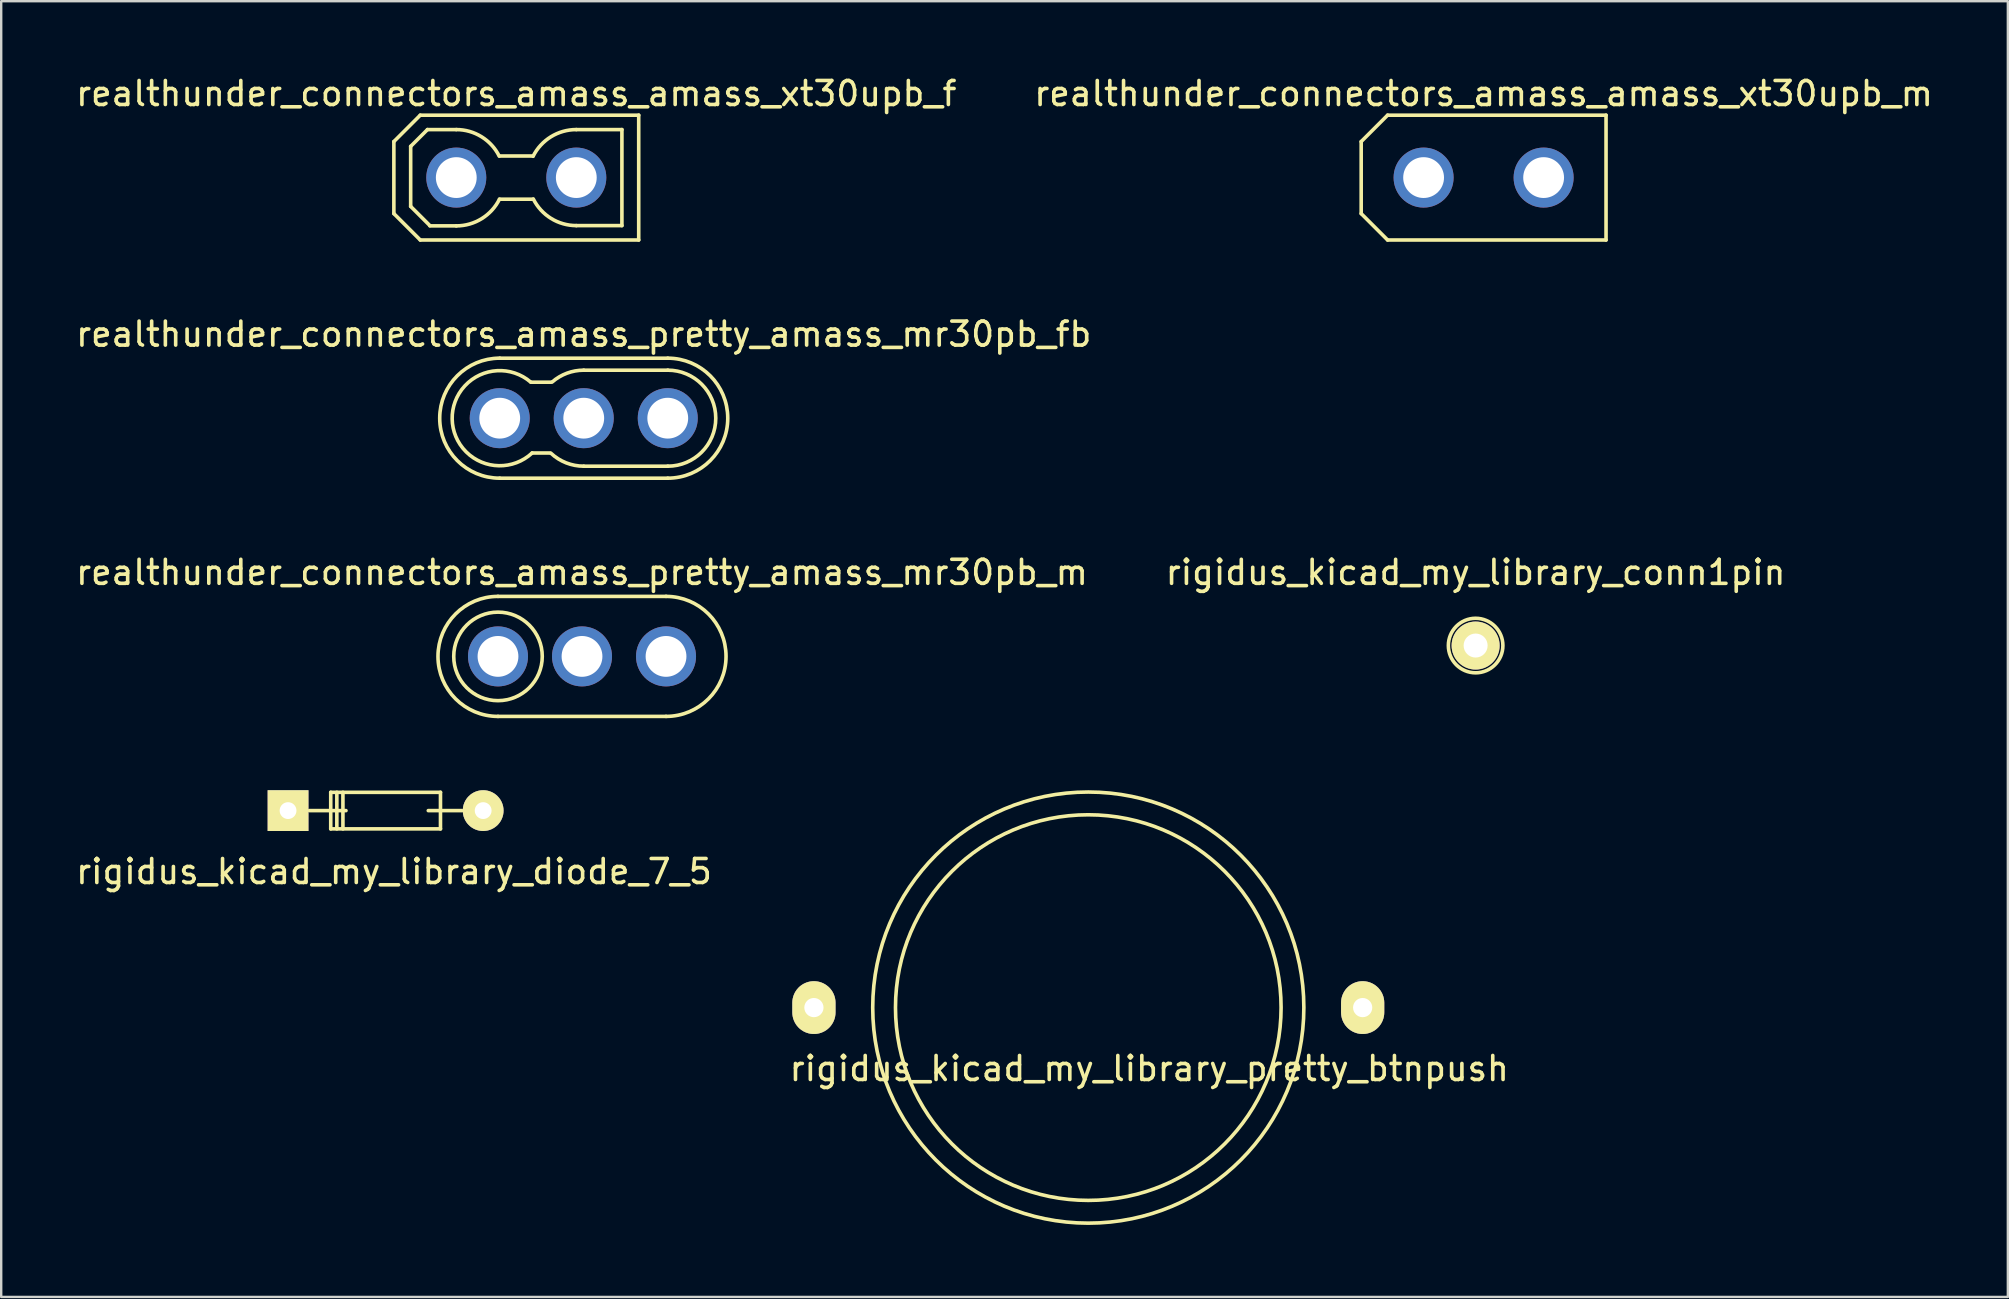
<source format=kicad_pcb>
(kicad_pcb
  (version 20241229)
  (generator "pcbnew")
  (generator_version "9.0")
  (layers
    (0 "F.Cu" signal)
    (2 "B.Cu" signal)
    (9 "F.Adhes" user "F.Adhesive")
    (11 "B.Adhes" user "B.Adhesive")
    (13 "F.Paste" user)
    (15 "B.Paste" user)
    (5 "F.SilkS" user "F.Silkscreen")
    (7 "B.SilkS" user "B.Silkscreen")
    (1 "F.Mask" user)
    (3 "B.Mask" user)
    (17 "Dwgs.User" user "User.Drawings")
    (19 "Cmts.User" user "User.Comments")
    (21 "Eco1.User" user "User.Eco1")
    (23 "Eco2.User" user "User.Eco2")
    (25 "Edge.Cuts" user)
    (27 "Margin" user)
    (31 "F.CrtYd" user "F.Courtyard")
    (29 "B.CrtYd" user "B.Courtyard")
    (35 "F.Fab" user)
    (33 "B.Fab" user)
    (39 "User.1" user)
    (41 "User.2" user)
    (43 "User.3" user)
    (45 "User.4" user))
  (footprint "realthunder_connectors_amass_pretty_amass_mr30pb_fb"
    (layer "F.Cu")
    (at 21.268 14.371)
    (property "Reference" "realthunder_connectors_amass_pretty_amass_mr30pb_fb" (at 0 -3.5 0) (layer "F.SilkS") (effects (font (size 1 1) (thickness 0.15))))
    (attr through_hole)
    (fp_line (start -3.5 -2.5) (end 3.5 -2.5) (stroke (width 0.15) (type solid)) (layer "F.SilkS"))
    (fp_line (start -3.5 2.5) (end 3.5 2.5) (stroke (width 0.15) (type solid)) (layer "F.SilkS"))
    (fp_line (start -2.2 -1.5) (end -1.35 -1.5) (stroke (width 0.15) (type solid)) (layer "F.SilkS"))
    (fp_line (start -2.15 1.45) (end -1.4 1.45) (stroke (width 0.15) (type solid)) (layer "F.SilkS"))
    (fp_line (start 0 -2) (end 3.5 -2) (stroke (width 0.15) (type solid)) (layer "F.SilkS"))
    (fp_line (start 0 2) (end 3.5 2) (stroke (width 0.15) (type solid)) (layer "F.SilkS"))
    (fp_arc (start -3.5 2.5) (mid -6 0) (end -3.5 -2.5) (stroke (width 0.15) (type solid)) (layer "F.SilkS"))
    (fp_arc (start -2.15 1.45) (mid -5.480799 0.037878) (end -2.206422 -1.500552) (stroke (width 0.15) (type solid)) (layer "F.SilkS"))
    (fp_arc (start -1.309861 -1.511378) (mid -0.699015 -1.873867) (end 0 -2) (stroke (width 0.15) (type solid)) (layer "F.SilkS"))
    (fp_arc (start 0 2) (mid -0.732265 1.861125) (end -1.362837 1.463788) (stroke (width 0.15) (type solid)) (layer "F.SilkS"))
    (fp_arc (start 3.5 -2.5) (mid 6 0) (end 3.5 2.5) (stroke (width 0.15) (type solid)) (layer "F.SilkS"))
    (fp_arc (start 3.5 -2) (mid 5.5 0) (end 3.5 2) (stroke (width 0.15) (type solid)) (layer "F.SilkS"))
    (pad "1" thru_hole circle (at -3.5 0) (size 2.5 2.5) (drill 1.7) (layers "*.Cu" "*.Mask"))
    (pad "2" thru_hole circle (at 0 0) (size 2.5 2.5) (drill 1.7) (layers "*.Cu" "*.Mask"))
    (pad "3" thru_hole circle (at 3.5 0) (size 2.5 2.5) (drill 1.7) (layers "*.Cu" "*.Mask")))
  (footprint "rigidus_kicad_my_library_pretty_btnpush"
    (layer "F.Cu")
    (at 42.287 38.925)
    (property "Reference" "rigidus_kicad_my_library_pretty_btnpush" (at 2.54 2.54 0) (layer "F.SilkS") (effects (font (size 1 1) (thickness 0.15))))
    (attr through_hole)
    (fp_circle (center 0 0) (end 7.62 2.54) (stroke (width 0.15) (type solid)) (fill no) (layer "F.SilkS"))
    (fp_circle (center 0 0) (end 7.874 4.318) (stroke (width 0.15) (type solid)) (fill no) (layer "F.SilkS"))
    (pad "1" thru_hole oval (at -11.43 0) (size 1.8 2.2) (drill 0.8) (layers "*.Cu" "*.Mask" "F.SilkS"))
    (pad "2" thru_hole oval (at 11.43 0) (size 1.8 2.2) (drill 0.8) (layers "*.Cu" "*.Mask" "F.SilkS")))
  (footprint "realthunder_connectors_amass_pretty_amass_mr30pb_m"
    (layer "F.Cu")
    (at 21.196 24.295)
    (property "Reference" "realthunder_connectors_amass_pretty_amass_mr30pb_m" (at 0 -3.5 0) (layer "F.SilkS") (effects (font (size 1 1) (thickness 0.15))))
    (attr through_hole)
    (fp_line (start -3.5 -2.5) (end 3.5 -2.5) (stroke (width 0.15) (type solid)) (layer "F.SilkS"))
    (fp_line (start -3.5 2.5) (end 3.5 2.5) (stroke (width 0.15) (type solid)) (layer "F.SilkS"))
    (fp_arc (start -3.5 2.5) (mid -6 0) (end -3.5 -2.5) (stroke (width 0.15) (type solid)) (layer "F.SilkS"))
    (fp_arc (start 3.5 -2.5) (mid 6 0) (end 3.5 2.5) (stroke (width 0.15) (type solid)) (layer "F.SilkS"))
    (fp_circle (center -3.5 0) (end -3.1 1.8) (stroke (width 0.15) (type solid)) (fill no) (layer "F.SilkS"))
    (pad "1" thru_hole circle (at -3.5 0) (size 2.5 2.5) (drill 1.7) (layers "*.Cu" "*.Mask"))
    (pad "2" thru_hole circle (at 0 0) (size 2.5 2.5) (drill 1.7) (layers "*.Cu" "*.Mask"))
    (pad "3" thru_hole circle (at 3.5 0) (size 2.5 2.5) (drill 1.7) (layers "*.Cu" "*.Mask")))
  (footprint "realthunder_connectors_amass_amass_xt30upb_f"
    (layer "F.Cu")
    (at 18.458 4.348)
    (property "Reference" "realthunder_connectors_amass_amass_xt30upb_f" (at 0 -3.5 0) (layer "F.SilkS") (effects (font (size 1 1) (thickness 0.15))))
    (attr through_hole)
    (fp_line (start -5.1 -1.5) (end -5.1 1.5) (stroke (width 0.15) (type solid)) (layer "F.SilkS"))
    (fp_line (start -5.1 1.5) (end -4 2.6) (stroke (width 0.15) (type solid)) (layer "F.SilkS"))
    (fp_line (start -4.4 -1.3) (end -4.4 1.2) (stroke (width 0.15) (type solid)) (layer "F.SilkS"))
    (fp_line (start -4.4 -1.3) (end -3.7 -2) (stroke (width 0.15) (type solid)) (layer "F.SilkS"))
    (fp_line (start -4.4 1.2) (end -3.6 2) (stroke (width 0.15) (type solid)) (layer "F.SilkS"))
    (fp_line (start -4 -2.6) (end -5.1 -1.5) (stroke (width 0.15) (type solid)) (layer "F.SilkS"))
    (fp_line (start -4 -2.6) (end 5.1 -2.6) (stroke (width 0.15) (type solid)) (layer "F.SilkS"))
    (fp_line (start -4 2.6) (end 5.1 2.6) (stroke (width 0.15) (type solid)) (layer "F.SilkS"))
    (fp_line (start -3.7 -2) (end -2.5 -2) (stroke (width 0.15) (type solid)) (layer "F.SilkS"))
    (fp_line (start -3.6 2.012) (end -2.5 2.012) (stroke (width 0.15) (type solid)) (layer "F.SilkS"))
    (fp_line (start -0.7 -0.9) (end 0.7 -0.9) (stroke (width 0.15) (type solid)) (layer "F.SilkS"))
    (fp_line (start 0.7 0.9) (end -0.7 0.9) (stroke (width 0.15) (type solid)) (layer "F.SilkS"))
    (fp_line (start 2.5 -2) (end 4.4 -2) (stroke (width 0.15) (type solid)) (layer "F.SilkS"))
    (fp_line (start 4.4 -2) (end 4.4 2) (stroke (width 0.15) (type solid)) (layer "F.SilkS"))
    (fp_line (start 4.4 2) (end 2.5 2) (stroke (width 0.15) (type solid)) (layer "F.SilkS"))
    (fp_line (start 5.1 -2.6) (end 5.1 2.6) (stroke (width 0.15) (type solid)) (layer "F.SilkS"))
    (fp_arc (start -2.5 -2) (mid -1.448538 -1.701302) (end -0.711146 -0.894427) (stroke (width 0.15) (type solid)) (layer "F.SilkS"))
    (fp_arc (start -0.7 0.9) (mid -1.441987 1.711902) (end -2.5 2.012461) (stroke (width 0.15) (type solid)) (layer "F.SilkS"))
    (fp_arc (start 0.7 -0.887539) (mid 1.441987 -1.699441) (end 2.5 -2) (stroke (width 0.15) (type solid)) (layer "F.SilkS"))
    (fp_arc (start 2.5 2) (mid 1.448538 1.701302) (end 0.711146 0.894427) (stroke (width 0.15) (type solid)) (layer "F.SilkS"))
    (pad "1" thru_hole circle (at -2.5 0) (size 2.5 2.5) (drill 1.7) (layers "*.Cu" "*.Mask"))
    (pad "2" thru_hole circle (at 2.5 0) (size 2.5 2.5) (drill 1.7) (layers "*.Cu" "*.Mask")))
  (footprint "rigidus_kicad_my_library_conn1pin"
    (layer "F.Cu")
    (at 58.423 23.843)
    (property "Reference" "rigidus_kicad_my_library_conn1pin" (at 0 -3.048 0) (layer "F.SilkS") (effects (font (size 1 1) (thickness 0.15))))
    (attr through_hole)
    (fp_circle (center 0 0) (end 1.016 0.508) (stroke (width 0.15) (type solid)) (fill no) (layer "F.SilkS"))
    (pad "1" thru_hole circle (at 0 0) (size 2 2) (drill 1) (layers "*.Cu" "*.Mask" "F.SilkS")))
  (footprint "rigidus_kicad_my_library_diode_7_5"
    (layer "F.Cu")
    (at 7.933 30.722)
    (property "Reference" "rigidus_kicad_my_library_diode_7_5" (at 5.431 2.537 0) (layer "F.SilkS") (effects (font (size 1 1) (thickness 0.15))))
    (attr through_hole)
    (fp_line (start 2.795 -0.765) (end 2.795 -0.003) (stroke (width 0.15) (type solid)) (layer "F.SilkS"))
    (fp_line (start 2.795 -0.003) (end 2.795 0.759) (stroke (width 0.15) (type solid)) (layer "F.SilkS"))
    (fp_line (start 2.795 0.759) (end 7.367 0.759) (stroke (width 0.15) (type solid)) (layer "F.SilkS"))
    (fp_line (start 3.049 -0.765) (end 3.049 0.759) (stroke (width 0.15) (type solid)) (layer "F.SilkS"))
    (fp_line (start 3.303 -0.765) (end 3.303 0.759) (stroke (width 0.15) (type solid)) (layer "F.SilkS"))
    (fp_line (start 3.43 -0.003) (end 1.906 -0.003) (stroke (width 0.15) (type solid)) (layer "F.SilkS"))
    (fp_line (start 6.859 -0.003) (end 8.256 -0.003) (stroke (width 0.15) (type solid)) (layer "F.SilkS"))
    (fp_line (start 7.367 -0.765) (end 2.795 -0.765) (stroke (width 0.15) (type solid)) (layer "F.SilkS"))
    (fp_line (start 7.367 0.759) (end 7.367 -0.765) (stroke (width 0.15) (type solid)) (layer "F.SilkS"))
    (pad "1" thru_hole rect (at 1.017 -0.003 180) (size 1.699 1.699) (drill 0.701) (layers "*.Cu" "*.Mask" "F.SilkS"))
    (pad "2" thru_hole circle (at 9.145 -0.003 180) (size 1.699 1.699) (drill 0.701) (layers "*.Cu" "*.Mask" "F.SilkS")))
  (footprint "realthunder_connectors_amass_amass_xt30upb_m"
    (layer "F.Cu")
    (at 58.756 4.348)
    (property "Reference" "realthunder_connectors_amass_amass_xt30upb_m" (at 0 -3.5 0) (layer "F.SilkS") (effects (font (size 1 1) (thickness 0.15))))
    (attr through_hole)
    (fp_line (start -5.1 -1.5) (end -5.1 1.5) (stroke (width 0.15) (type solid)) (layer "F.SilkS"))
    (fp_line (start -5.1 1.5) (end -4 2.6) (stroke (width 0.15) (type solid)) (layer "F.SilkS"))
    (fp_line (start -4 -2.6) (end -5.1 -1.5) (stroke (width 0.15) (type solid)) (layer "F.SilkS"))
    (fp_line (start -4 -2.6) (end 5.1 -2.6) (stroke (width 0.15) (type solid)) (layer "F.SilkS"))
    (fp_line (start -4 2.6) (end 5.1 2.6) (stroke (width 0.15) (type solid)) (layer "F.SilkS"))
    (fp_line (start 5.1 -2.6) (end 5.1 2.6) (stroke (width 0.15) (type solid)) (layer "F.SilkS"))
    (pad "1" thru_hole circle (at -2.5 0) (size 2.5 2.5) (drill 1.7) (layers "*.Cu" "*.Mask"))
    (pad "2" thru_hole circle (at 2.5 0) (size 2.5 2.5) (drill 1.7) (layers "*.Cu" "*.Mask")))
  (gr_rect
    (start -3 -3)
    (end 80.595 50.98)
    (stroke (width 0.1) (type default))
    (fill no)
    (layer "Edge.Cuts")))
</source>
